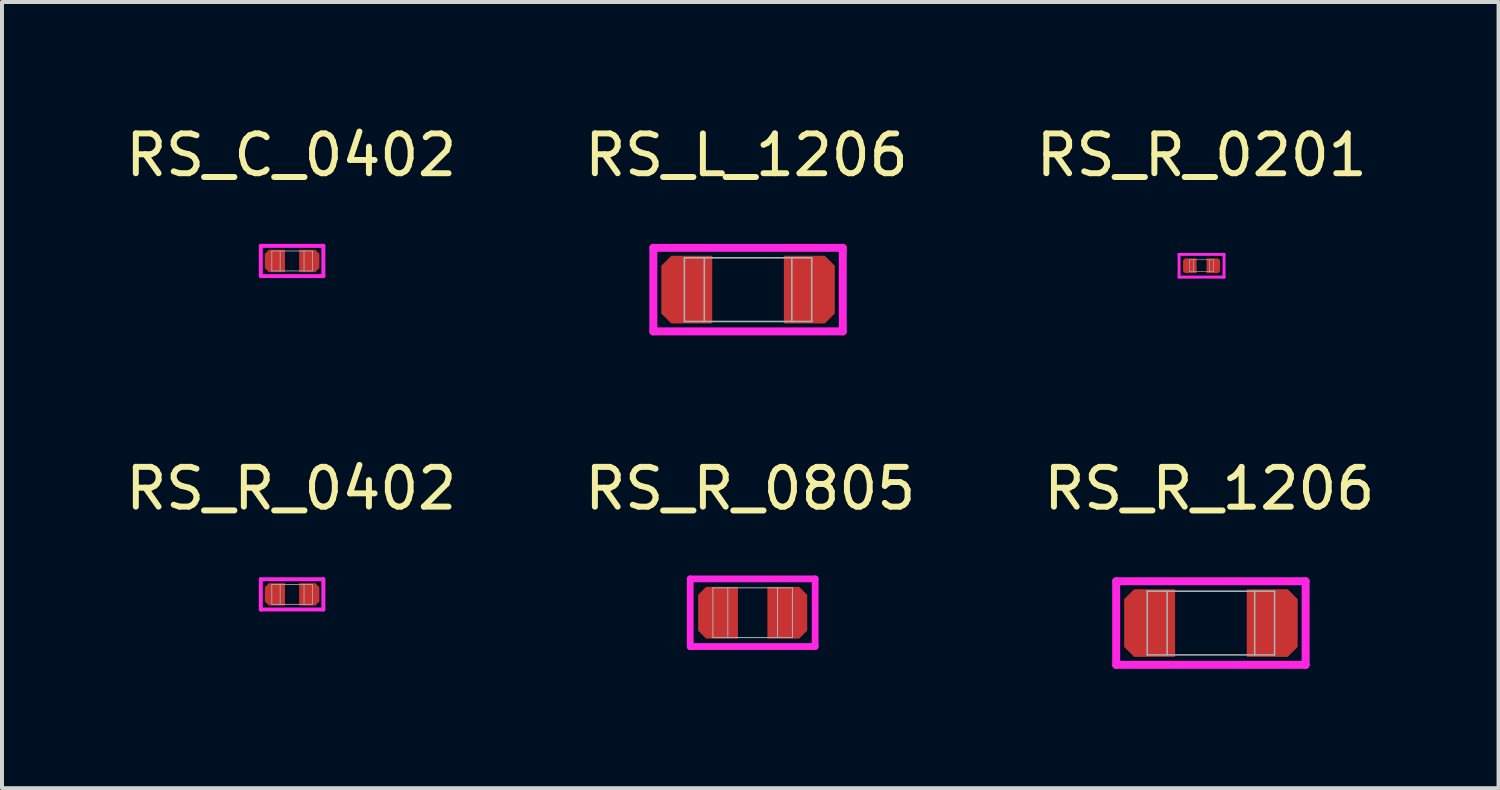
<source format=kicad_pcb>
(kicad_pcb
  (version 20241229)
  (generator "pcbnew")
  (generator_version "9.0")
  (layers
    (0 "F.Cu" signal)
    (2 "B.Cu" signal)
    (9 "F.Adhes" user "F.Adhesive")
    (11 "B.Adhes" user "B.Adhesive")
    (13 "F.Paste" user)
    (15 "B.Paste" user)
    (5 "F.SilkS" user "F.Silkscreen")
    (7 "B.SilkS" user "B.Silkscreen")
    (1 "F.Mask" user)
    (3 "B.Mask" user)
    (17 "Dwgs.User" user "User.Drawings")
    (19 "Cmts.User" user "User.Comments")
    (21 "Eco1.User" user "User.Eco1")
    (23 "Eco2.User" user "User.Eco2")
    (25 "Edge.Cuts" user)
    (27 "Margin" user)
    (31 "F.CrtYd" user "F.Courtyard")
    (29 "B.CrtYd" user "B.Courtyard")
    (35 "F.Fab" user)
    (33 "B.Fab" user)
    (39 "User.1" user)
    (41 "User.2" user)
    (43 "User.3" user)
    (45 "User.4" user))
  (footprint "RS_R_0805"
    (layer "F.Cu")
    (at 14.994 12.347)
    (property "Reference" "RS_R_0805" (at 0.81 -3.12 0) (layer "F.SilkS") (effects (font (size 1 1) (thickness 0.15))))
    (attr through_hole)
    (fp_line (start -0.7 -0.85) (end 2.44 -0.85) (stroke (width 0.17) (type solid)) (layer "F.CrtYd"))
    (fp_line (start -0.7 0.85) (end -0.7 -0.85) (stroke (width 0.17) (type solid)) (layer "F.CrtYd"))
    (fp_line (start 2.44 -0.85) (end 2.44 0.85) (stroke (width 0.17) (type solid)) (layer "F.CrtYd"))
    (fp_line (start 2.44 0.85) (end -0.7 0.85) (stroke (width 0.17) (type solid)) (layer "F.CrtYd"))
    (fp_line (start -0.13 -0.625) (end -0.13 0.625) (stroke (width 0.025) (type solid)) (layer "F.Fab"))
    (fp_line (start -0.13 0.625) (end 1.87 0.625) (stroke (width 0.025) (type solid)) (layer "F.Fab"))
    (fp_line (start 0.245 -0.625) (end 0.245 0.625) (stroke (width 0.025) (type solid)) (layer "F.Fab"))
    (fp_line (start 1.495 -0.625) (end 1.495 0.625) (stroke (width 0.025) (type solid)) (layer "F.Fab"))
    (fp_line (start 1.87 -0.625) (end -0.13 -0.625) (stroke (width 0.025) (type solid)) (layer "F.Fab"))
    (fp_line (start 1.87 0.625) (end 1.87 -0.625) (stroke (width 0.025) (type solid)) (layer "F.Fab"))
    (pad "1" smd custom (at 0 0) (size 0.5 0.5) (layers "F.Cu" "F.Mask" "F.Paste") (options (anchor rect)) (primitives (gr_poly (pts (xy 0.5 -0.65) (xy 0.5 0.65) (xy -0.3 0.65) (xy -0.5 0.45) (xy -0.5 -0.45) (xy -0.3 -0.65)) (width 0) (fill yes))))
    (pad "2" smd custom (at 1.74 0 180) (size 0.5 0.5) (layers "F.Cu" "F.Mask" "F.Paste") (options (anchor rect)) (primitives (gr_poly (pts (xy 0.5 -0.65) (xy 0.5 0.65) (xy -0.3 0.65) (xy -0.5 0.45) (xy -0.5 -0.45) (xy -0.3 -0.65)) (width 0) (fill yes)))))
  (footprint "RS_R_1206"
    (layer "F.Cu")
    (at 25.839 12.607)
    (property "Reference" "RS_R_1206" (at 1.5 -3.38 0) (layer "F.SilkS") (effects (font (size 1 1) (thickness 0.15))))
    (attr through_hole)
    (fp_line (start -0.84 -1.05) (end 3.92 -1.05) (stroke (width 0.2) (type solid)) (layer "F.CrtYd"))
    (fp_line (start -0.84 1.05) (end -0.84 -1.05) (stroke (width 0.2) (type solid)) (layer "F.CrtYd"))
    (fp_line (start 3.92 -1.05) (end 3.92 1.05) (stroke (width 0.2) (type solid)) (layer "F.CrtYd"))
    (fp_line (start 3.92 1.05) (end -0.84 1.05) (stroke (width 0.2) (type solid)) (layer "F.CrtYd"))
    (fp_line (start -0.06 -0.8) (end -0.06 0.8) (stroke (width 0.04) (type solid)) (layer "F.Fab"))
    (fp_line (start -0.06 0.8) (end 3.14 0.8) (stroke (width 0.04) (type solid)) (layer "F.Fab"))
    (fp_line (start 0.44 -0.8) (end 0.44 0.8) (stroke (width 0.04) (type solid)) (layer "F.Fab"))
    (fp_line (start 2.64 -0.8) (end 2.64 0.8) (stroke (width 0.04) (type solid)) (layer "F.Fab"))
    (fp_line (start 3.14 -0.8) (end -0.06 -0.8) (stroke (width 0.04) (type solid)) (layer "F.Fab"))
    (fp_line (start 3.14 0.8) (end 3.14 -0.8) (stroke (width 0.04) (type solid)) (layer "F.Fab"))
    (pad "1" smd custom (at 0 0) (size 0.8 0.8) (layers "F.Cu" "F.Mask" "F.Paste") (options (anchor rect)) (primitives (gr_poly (pts (xy -0.39 -0.85) (xy 0.64 -0.85) (xy 0.64 0.85) (xy -0.39 0.85) (xy -0.64 0.6) (xy -0.64 -0.6)) (width 0) (fill yes))))
    (pad "2" smd custom (at 3.08 0 180) (size 0.8 0.8) (layers "F.Cu" "F.Mask" "F.Paste") (options (anchor rect)) (primitives (gr_poly (pts (xy -0.39 -0.85) (xy 0.64 -0.85) (xy 0.64 0.85) (xy -0.39 0.85) (xy -0.64 0.6) (xy -0.64 -0.6)) (width 0) (fill yes)))))
  (footprint "RS_L_1206"
    (layer "F.Cu")
    (at 14.208 4.228)
    (property "Reference" "RS_L_1206" (at 1.5 -3.38 0) (layer "F.SilkS") (effects (font (size 1 1) (thickness 0.15))))
    (attr through_hole)
    (fp_line (start -0.84 -1.05) (end 3.92 -1.05) (stroke (width 0.2) (type solid)) (layer "F.CrtYd"))
    (fp_line (start -0.84 1.05) (end -0.84 -1.05) (stroke (width 0.2) (type solid)) (layer "F.CrtYd"))
    (fp_line (start 3.92 -1.05) (end 3.92 1.05) (stroke (width 0.2) (type solid)) (layer "F.CrtYd"))
    (fp_line (start 3.92 1.05) (end -0.84 1.05) (stroke (width 0.2) (type solid)) (layer "F.CrtYd"))
    (fp_line (start -0.06 -0.8) (end -0.06 0.8) (stroke (width 0.04) (type solid)) (layer "F.Fab"))
    (fp_line (start -0.06 0.8) (end 3.14 0.8) (stroke (width 0.04) (type solid)) (layer "F.Fab"))
    (fp_line (start 0.44 -0.8) (end 0.44 0.8) (stroke (width 0.04) (type solid)) (layer "F.Fab"))
    (fp_line (start 2.64 -0.8) (end 2.64 0.8) (stroke (width 0.04) (type solid)) (layer "F.Fab"))
    (fp_line (start 3.14 -0.8) (end -0.06 -0.8) (stroke (width 0.04) (type solid)) (layer "F.Fab"))
    (fp_line (start 3.14 0.8) (end 3.14 -0.8) (stroke (width 0.04) (type solid)) (layer "F.Fab"))
    (pad "1" smd custom (at 0 0) (size 0.8 0.8) (layers "F.Cu" "F.Mask" "F.Paste") (options (anchor rect)) (primitives (gr_poly (pts (xy -0.39 -0.85) (xy 0.64 -0.85) (xy 0.64 0.85) (xy -0.39 0.85) (xy -0.64 0.6) (xy -0.64 -0.6)) (width 0) (fill yes))))
    (pad "2" smd custom (at 3.08 0 180) (size 0.8 0.8) (layers "F.Cu" "F.Mask" "F.Paste") (options (anchor rect)) (primitives (gr_poly (pts (xy -0.39 -0.85) (xy 0.64 -0.85) (xy 0.64 0.85) (xy -0.39 0.85) (xy -0.64 0.6) (xy -0.64 -0.6)) (width 0) (fill yes)))))
  (footprint "RS_C_0402"
    (layer "F.Cu")
    (at 3.858 3.508)
    (property "Reference" "RS_C_0402" (at 0.41 -2.66 0) (layer "F.SilkS") (effects (font (size 1 1) (thickness 0.15))))
    (attr through_hole)
    (fp_line (start -0.354 -0.38) (end 1.218 -0.38) (stroke (width 0.1) (type solid)) (layer "F.CrtYd"))
    (fp_line (start -0.354 0.38) (end -0.354 -0.38) (stroke (width 0.1) (type solid)) (layer "F.CrtYd"))
    (fp_line (start 1.218 -0.38) (end 1.218 0.38) (stroke (width 0.1) (type solid)) (layer "F.CrtYd"))
    (fp_line (start 1.218 0.38) (end -0.354 0.38) (stroke (width 0.1) (type solid)) (layer "F.CrtYd"))
    (fp_line (start -0.078 -0.25) (end -0.078 0.25) (stroke (width 0.02) (type solid)) (layer "F.Fab"))
    (fp_line (start -0.078 0.25) (end 0.942 0.25) (stroke (width 0.02) (type solid)) (layer "F.Fab"))
    (fp_line (start 0.132 -0.25) (end 0.132 0.25) (stroke (width 0.02) (type solid)) (layer "F.Fab"))
    (fp_line (start 0.732 0.25) (end 0.732 -0.25) (stroke (width 0.02) (type solid)) (layer "F.Fab"))
    (fp_line (start 0.942 -0.25) (end -0.078 -0.25) (stroke (width 0.02) (type solid)) (layer "F.Fab"))
    (fp_line (start 0.942 0.25) (end 0.942 -0.25) (stroke (width 0.02) (type solid)) (layer "F.Fab"))
    (pad "1" smd custom (at 0 0) (size 0.3 0.3) (layers "F.Cu" "F.Mask" "F.Paste") (options (anchor rect)) (primitives (gr_poly (pts (xy 0.254 -0.28) (xy 0.254 0.28) (xy -0.152 0.28) (xy -0.254 0.178) (xy -0.254 -0.178) (xy -0.152 -0.28)) (width 0) (fill yes))))
    (pad "2" smd custom (at 0.864 0 180) (size 0.3 0.3) (layers "F.Cu" "F.Mask" "F.Paste") (options (anchor rect)) (primitives (gr_poly (pts (xy 0.254 -0.28) (xy 0.254 0.28) (xy -0.152 0.28) (xy -0.254 0.178) (xy -0.254 -0.178) (xy -0.152 -0.28)) (width 0) (fill yes)))))
  (footprint "RS_R_0402"
    (layer "F.Cu")
    (at 3.858 11.886)
    (property "Reference" "RS_R_0402" (at 0.41 -2.66 0) (layer "F.SilkS") (effects (font (size 1 1) (thickness 0.15))))
    (attr through_hole)
    (fp_line (start -0.354 -0.38) (end 1.218 -0.38) (stroke (width 0.1) (type solid)) (layer "F.CrtYd"))
    (fp_line (start -0.354 0.38) (end -0.354 -0.38) (stroke (width 0.1) (type solid)) (layer "F.CrtYd"))
    (fp_line (start 1.218 -0.38) (end 1.218 0.38) (stroke (width 0.1) (type solid)) (layer "F.CrtYd"))
    (fp_line (start 1.218 0.38) (end -0.354 0.38) (stroke (width 0.1) (type solid)) (layer "F.CrtYd"))
    (fp_line (start -0.078 -0.25) (end -0.078 0.25) (stroke (width 0.02) (type solid)) (layer "F.Fab"))
    (fp_line (start -0.078 0.25) (end 0.942 0.25) (stroke (width 0.02) (type solid)) (layer "F.Fab"))
    (fp_line (start 0.132 -0.25) (end 0.132 0.25) (stroke (width 0.02) (type solid)) (layer "F.Fab"))
    (fp_line (start 0.732 0.25) (end 0.732 -0.25) (stroke (width 0.02) (type solid)) (layer "F.Fab"))
    (fp_line (start 0.942 -0.25) (end -0.078 -0.25) (stroke (width 0.02) (type solid)) (layer "F.Fab"))
    (fp_line (start 0.942 0.25) (end 0.942 -0.25) (stroke (width 0.02) (type solid)) (layer "F.Fab"))
    (pad "1" smd custom (at 0 0) (size 0.3 0.3) (layers "F.Cu" "F.Mask" "F.Paste") (options (anchor rect)) (primitives (gr_poly (pts (xy 0.254 -0.28) (xy 0.254 0.28) (xy -0.152 0.28) (xy -0.254 0.178) (xy -0.254 -0.178) (xy -0.152 -0.28)) (width 0) (fill yes))))
    (pad "2" smd custom (at 0.864 0 180) (size 0.3 0.3) (layers "F.Cu" "F.Mask" "F.Paste") (options (anchor rect)) (primitives (gr_poly (pts (xy 0.254 -0.28) (xy 0.254 0.28) (xy -0.152 0.28) (xy -0.254 0.178) (xy -0.254 -0.178) (xy -0.152 -0.28)) (width 0) (fill yes)))))
  (footprint "RS_R_0201"
    (layer "F.Cu")
    (at 26.849 3.628)
    (property "Reference" "RS_R_0201" (at 0.3 -2.78 0) (layer "F.SilkS") (effects (font (size 1 1) (thickness 0.15))))
    (attr through_hole)
    (fp_line (start -0.27 -0.285) (end 0.86 -0.285) (stroke (width 0.075) (type solid)) (layer "F.CrtYd"))
    (fp_line (start -0.27 0.285) (end -0.27 -0.285) (stroke (width 0.075) (type solid)) (layer "F.CrtYd"))
    (fp_line (start 0.86 -0.285) (end 0.86 0.285) (stroke (width 0.075) (type solid)) (layer "F.CrtYd"))
    (fp_line (start 0.86 0.285) (end -0.27 0.285) (stroke (width 0.075) (type solid)) (layer "F.CrtYd"))
    (fp_line (start -0.005 -0.15) (end 0.595 -0.15) (stroke (width 0.015) (type solid)) (layer "F.Fab"))
    (fp_line (start -0.005 0.15) (end -0.005 -0.15) (stroke (width 0.015) (type solid)) (layer "F.Fab"))
    (fp_line (start 0.095 -0.15) (end 0.095 0.15) (stroke (width 0.015) (type solid)) (layer "F.Fab"))
    (fp_line (start 0.495 0.15) (end 0.495 -0.15) (stroke (width 0.015) (type solid)) (layer "F.Fab"))
    (fp_line (start 0.595 -0.15) (end 0.595 0.15) (stroke (width 0.015) (type solid)) (layer "F.Fab"))
    (fp_line (start 0.595 0.15) (end -0.005 0.15) (stroke (width 0.015) (type solid)) (layer "F.Fab"))
    (pad "1" smd custom (at 0 0) (size 0.2 0.2) (layers "F.Cu" "F.Mask" "F.Paste") (options (anchor rect)) (primitives (gr_poly (pts (xy 0.17 -0.185) (xy 0.17 0.185) (xy -0.12 0.185) (xy -0.17 0.135) (xy -0.17 -0.135) (xy -0.12 -0.185)) (width 0) (fill yes))))
    (pad "2" smd custom (at 0.59 0 180) (size 0.2 0.2) (layers "F.Cu" "F.Mask" "F.Paste") (options (anchor rect)) (primitives (gr_poly (pts (xy 0.17 -0.185) (xy 0.17 0.185) (xy -0.12 0.185) (xy -0.17 0.135) (xy -0.17 -0.135) (xy -0.12 -0.185)) (width 0) (fill yes)))))
  (gr_rect
    (start -3 -3)
    (end 34.607 16.756)
    (stroke (width 0.1) (type default))
    (fill no)
    (layer "Edge.Cuts")))
</source>
